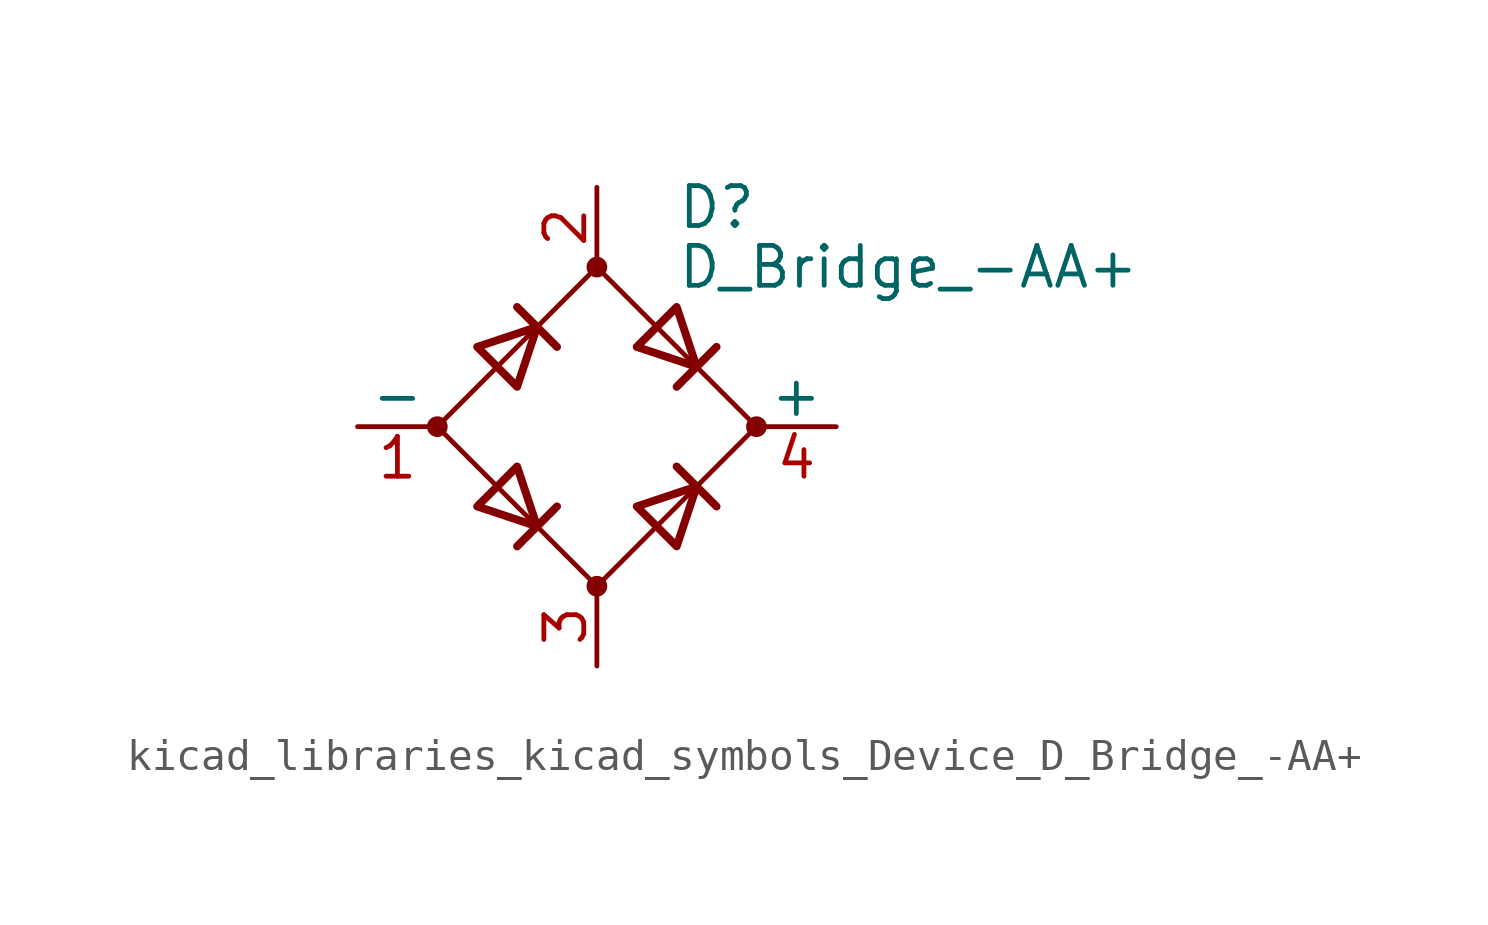
<source format=kicad_sym>
(kicad_symbol_lib
  (version 20220914)
  (generator kicad_symbol_editor)
  (symbol "kicad_libraries_kicad_symbols_Device_D_Bridge_-AA+"
    (pin_names
      (offset 0))
    (property "Reference" "D"
      (at 2.54 6.985 0)
      (effects (font (size 1.27 1.27)) (justify left)))
    (property "Value" "D_Bridge_-AA+"
      (at 2.54 5.08 0)
      (effects (font (size 1.27 1.27)) (justify left)))
    (symbol "kicad_libraries_kicad_symbols_Device_D_Bridge_-AA+_0_1"
      (circle (center -5.08 0) (radius 0.254) (stroke (width 0) (type default)) (fill (type outline)))
      (circle (center 0 -5.08) (radius 0.254) (stroke (width 0) (type default)) (fill (type outline)))
      (polyline (pts (xy -2.54 3.81) (xy -1.27 2.54)) (stroke (width 0.254) (type default)) (fill (type none)))
      (polyline (pts (xy -1.27 -2.54) (xy -2.54 -3.81)) (stroke (width 0.254) (type default)) (fill (type none)))
      (polyline (pts (xy 2.54 -1.27) (xy 3.81 -2.54)) (stroke (width 0.254) (type default)) (fill (type none)))
      (polyline (pts (xy 2.54 1.27) (xy 3.81 2.54)) (stroke (width 0.254) (type default)) (fill (type none)))
      (polyline (pts (xy -3.81 2.54) (xy -2.54 1.27) (xy -1.905 3.175) (xy -3.81 2.54)) (stroke (width 0.254) (type default)) (fill (type none)))
      (polyline (pts (xy -2.54 -1.27) (xy -3.81 -2.54) (xy -1.905 -3.175) (xy -2.54 -1.27)) (stroke (width 0.254) (type default)) (fill (type none)))
      (polyline (pts (xy 1.27 2.54) (xy 2.54 3.81) (xy 3.175 1.905) (xy 1.27 2.54)) (stroke (width 0.254) (type default)) (fill (type none)))
      (polyline (pts (xy 3.175 -1.905) (xy 1.27 -2.54) (xy 2.54 -3.81) (xy 3.175 -1.905)) (stroke (width 0.254) (type default)) (fill (type none)))
      (polyline (pts (xy -5.08 0) (xy 0 -5.08) (xy 5.08 0) (xy 0 5.08) (xy -5.08 0)) (stroke (width 0) (type default)) (fill (type none)))
      (circle (center 0 5.08) (radius 0.254) (stroke (width 0) (type default)) (fill (type outline)))
      (circle (center 5.08 0) (radius 0.254) (stroke (width 0) (type default)) (fill (type outline))))
    (symbol "kicad_libraries_kicad_symbols_Device_D_Bridge_-AA+_1_1"
      (pin passive line (at -7.62 0 0) (length 2.54) (name "-" (effects (font (size 1.27 1.27)))) (number "1" (effects (font (size 1.27 1.27)))))
      (pin passive line (at 0 7.62 270) (length 2.54) (name "~" (effects (font (size 1.27 1.27)))) (number "2" (effects (font (size 1.27 1.27)))))
      (pin passive line (at 0 -7.62 90) (length 2.54) (name "~" (effects (font (size 1.27 1.27)))) (number "3" (effects (font (size 1.27 1.27)))))
      (pin passive line (at 7.62 0 180) (length 2.54) (name "+" (effects (font (size 1.27 1.27)))) (number "4" (effects (font (size 1.27 1.27))))))))
</source>
